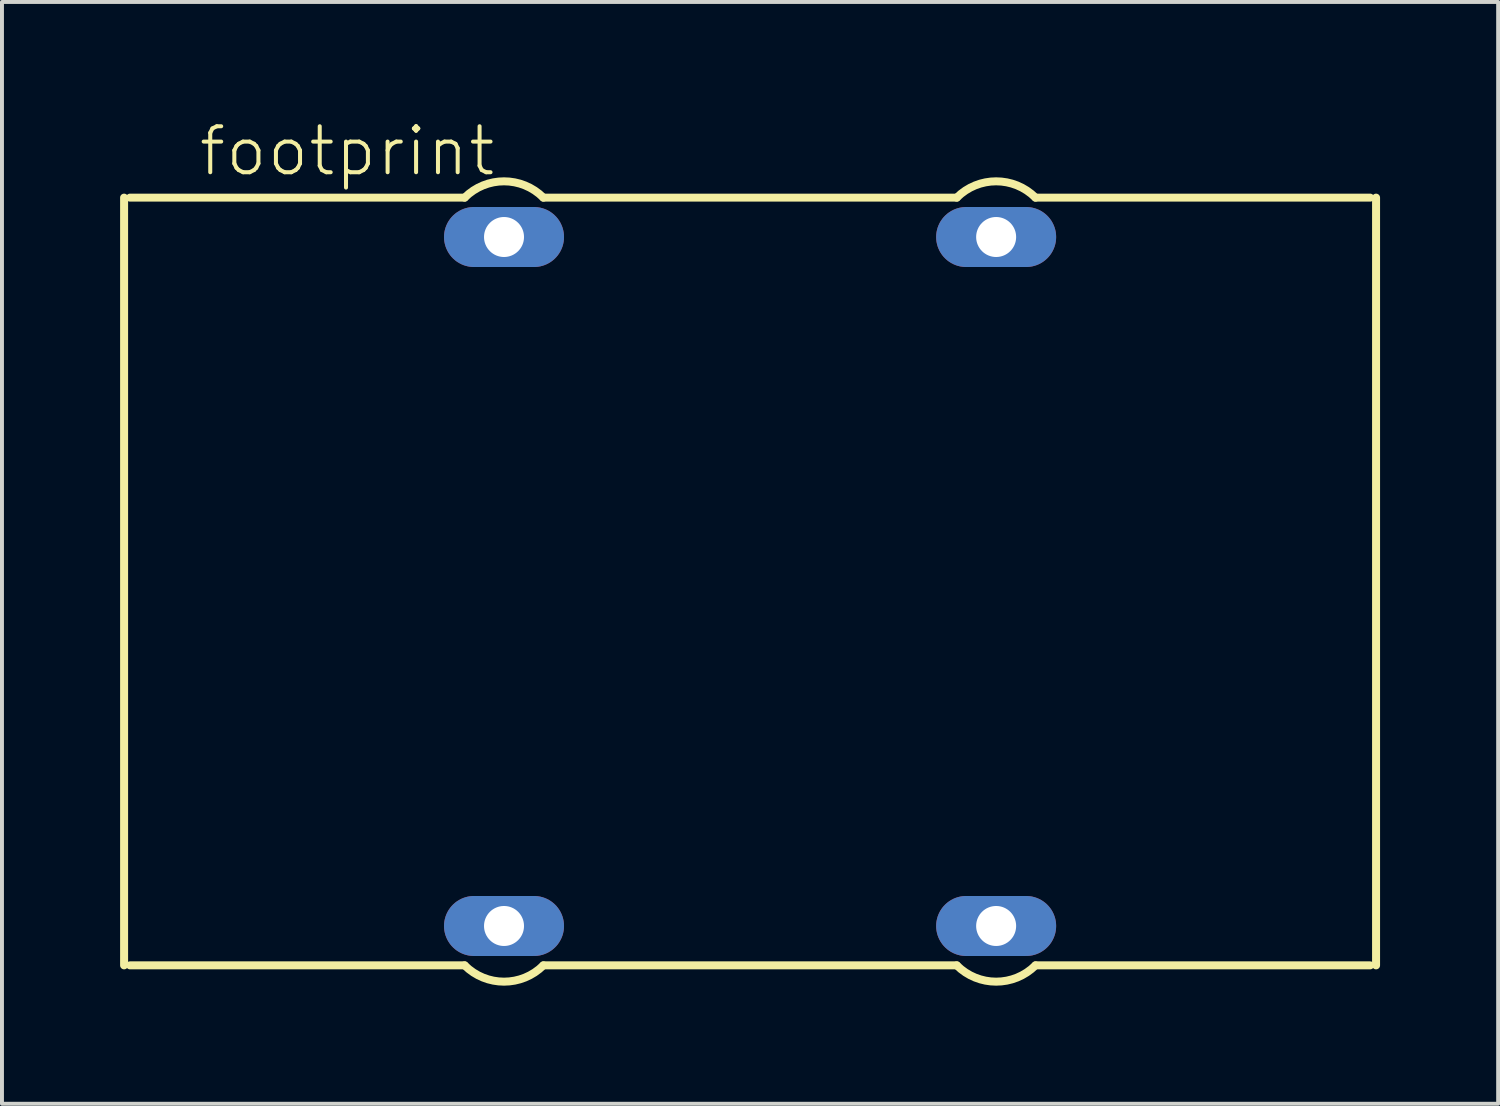
<source format=kicad_pcb>
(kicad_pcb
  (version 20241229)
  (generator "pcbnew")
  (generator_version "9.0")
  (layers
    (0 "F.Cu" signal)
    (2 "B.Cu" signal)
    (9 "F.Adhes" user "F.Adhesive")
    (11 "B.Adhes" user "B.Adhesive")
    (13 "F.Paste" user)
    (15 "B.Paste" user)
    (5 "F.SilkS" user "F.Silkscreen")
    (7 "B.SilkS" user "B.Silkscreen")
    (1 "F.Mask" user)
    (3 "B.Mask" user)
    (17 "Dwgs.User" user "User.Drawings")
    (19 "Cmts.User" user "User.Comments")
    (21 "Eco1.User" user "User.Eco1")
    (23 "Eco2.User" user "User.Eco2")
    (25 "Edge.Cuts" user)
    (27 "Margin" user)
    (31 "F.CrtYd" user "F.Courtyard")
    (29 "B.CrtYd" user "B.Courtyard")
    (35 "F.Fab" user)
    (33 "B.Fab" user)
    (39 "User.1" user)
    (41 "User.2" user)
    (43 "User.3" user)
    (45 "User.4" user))
  (footprint "footprint"
    (layer "F.Cu")
    (at 16.002 11.72)
    (property "Reference" "footprint" (at -14.057 -10.247 0) (layer "F.SilkS") (effects (font (size 1.168 1.168) (thickness 0.102)) (justify left bottom)))
    (fp_line (start -15.9 9.75) (end -15.9 -9.75) (stroke (width 0.203) (type solid)) (layer "F.SilkS"))
    (fp_line (start -15.75 -9.75) (end -7.25 -9.75) (stroke (width 0.203) (type solid)) (layer "F.SilkS"))
    (fp_line (start -7.25 9.75) (end -15.75 9.75) (stroke (width 0.203) (type solid)) (layer "F.SilkS"))
    (fp_line (start -5.25 -9.75) (end 5.25 -9.75) (stroke (width 0.203) (type solid)) (layer "F.SilkS"))
    (fp_line (start 5.25 9.75) (end -5.25 9.75) (stroke (width 0.203) (type solid)) (layer "F.SilkS"))
    (fp_line (start 7.25 -9.75) (end 15.75 -9.75) (stroke (width 0.203) (type solid)) (layer "F.SilkS"))
    (fp_line (start 15.75 9.75) (end 7.25 9.75) (stroke (width 0.203) (type solid)) (layer "F.SilkS"))
    (fp_line (start 15.9 -9.75) (end 15.9 9.75) (stroke (width 0.203) (type solid)) (layer "F.SilkS"))
    (fp_arc (start -7.25 -9.75) (mid -6.25 -10.164214) (end -5.25 -9.75) (stroke (width 0.2032) (type solid)) (layer "F.SilkS"))
    (fp_arc (start -5.25 9.75) (mid -6.25 10.164214) (end -7.25 9.75) (stroke (width 0.2032) (type solid)) (layer "F.SilkS"))
    (fp_arc (start 5.25 -9.75) (mid 6.25 -10.164214) (end 7.25 -9.75) (stroke (width 0.2032) (type solid)) (layer "F.SilkS"))
    (fp_arc (start 7.25 9.75) (mid 6.25 10.164214) (end 5.25 9.75) (stroke (width 0.2032) (type solid)) (layer "F.SilkS"))
    (pad "1" thru_hole oval (at -6.25 -8.75) (size 3.048 1.524) (drill 1.016) (layers "*.Cu" "*.Mask"))
    (pad "2" thru_hole oval (at -6.25 8.75) (size 3.048 1.524) (drill 1.016) (layers "*.Cu" "*.Mask"))
    (pad "3" thru_hole oval (at 6.25 8.75) (size 3.048 1.524) (drill 1.016) (layers "*.Cu" "*.Mask"))
    (pad "4" thru_hole oval (at 6.25 -8.75) (size 3.048 1.524) (drill 1.016) (layers "*.Cu" "*.Mask")))
  (gr_rect
    (start -3 -3)
    (end 35.003 24.986)
    (stroke (width 0.1) (type default))
    (fill no)
    (layer "Edge.Cuts")))
</source>
